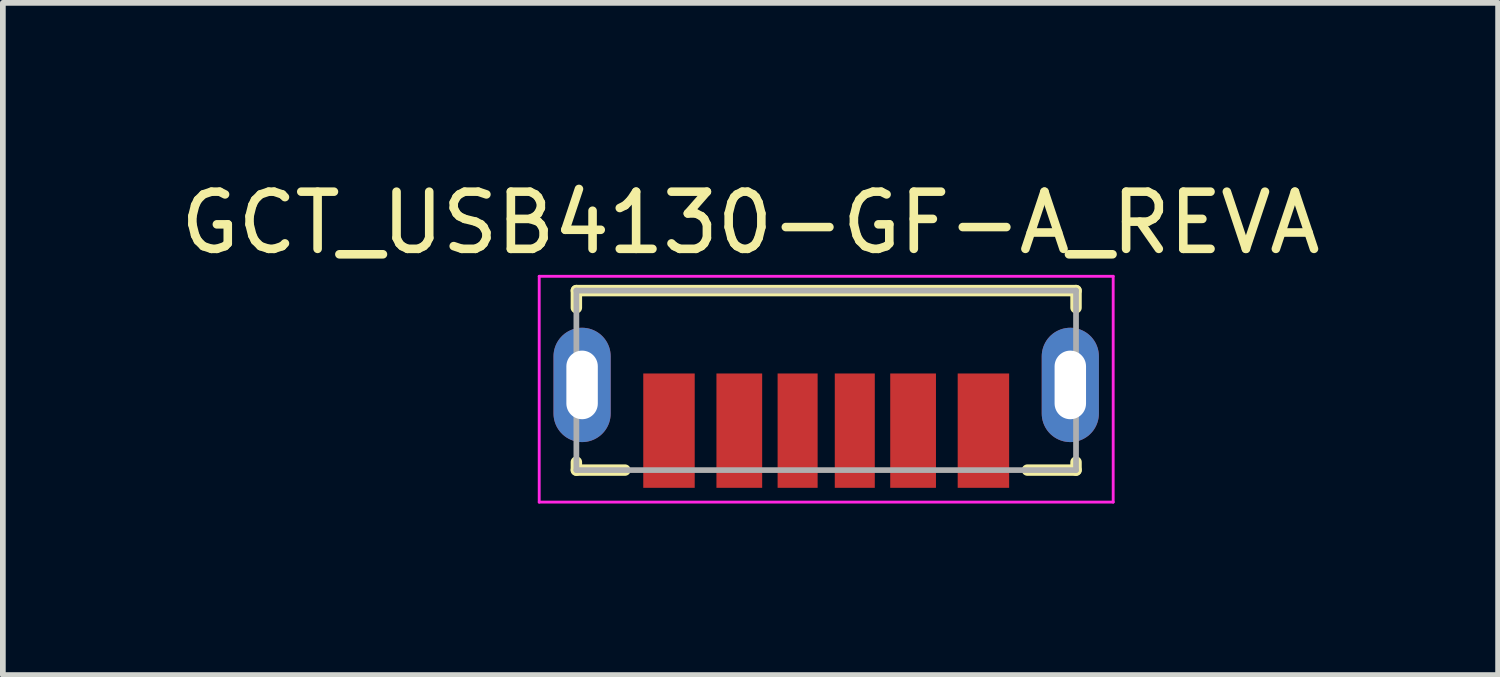
<source format=kicad_pcb>
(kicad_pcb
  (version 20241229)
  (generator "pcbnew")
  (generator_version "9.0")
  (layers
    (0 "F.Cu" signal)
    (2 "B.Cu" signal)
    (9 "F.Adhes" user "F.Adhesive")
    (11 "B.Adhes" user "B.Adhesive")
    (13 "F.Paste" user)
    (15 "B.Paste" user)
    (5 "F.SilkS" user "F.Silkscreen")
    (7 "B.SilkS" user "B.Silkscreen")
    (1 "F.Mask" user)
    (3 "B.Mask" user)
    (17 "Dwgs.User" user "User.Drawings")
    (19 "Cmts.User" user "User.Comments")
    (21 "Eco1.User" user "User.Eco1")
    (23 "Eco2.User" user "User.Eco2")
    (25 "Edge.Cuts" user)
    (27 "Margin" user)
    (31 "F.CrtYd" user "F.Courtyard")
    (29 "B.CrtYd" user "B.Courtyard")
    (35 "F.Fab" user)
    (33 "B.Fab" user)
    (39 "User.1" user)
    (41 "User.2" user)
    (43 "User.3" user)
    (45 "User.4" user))
  (footprint "GCT_USB4130-GF-A_REVA"
    (layer "F.Cu")
    (at 11.402 3.683)
    (property "Reference" "GCT_USB4130-GF-A_REVA" (at -1.325 -2.835 0) (layer "F.SilkS") (effects (font (size 1 1) (thickness 0.15))))
    (attr smd)
    (fp_line (start -4.37 -1.65) (end 4.37 -1.65) (stroke (width 0.2) (type solid)) (layer "F.SilkS"))
    (fp_line (start -4.37 -1.35) (end -4.37 -1.65) (stroke (width 0.2) (type solid)) (layer "F.SilkS"))
    (fp_line (start -4.37 1.35) (end -4.37 1.49) (stroke (width 0.2) (type solid)) (layer "F.SilkS"))
    (fp_line (start -4.37 1.49) (end -3.52 1.49) (stroke (width 0.2) (type solid)) (layer "F.SilkS"))
    (fp_line (start 3.52 1.49) (end 4.37 1.49) (stroke (width 0.2) (type solid)) (layer "F.SilkS"))
    (fp_line (start 4.37 -1.65) (end 4.37 -1.35) (stroke (width 0.2) (type solid)) (layer "F.SilkS"))
    (fp_line (start 4.37 1.49) (end 4.37 1.35) (stroke (width 0.2) (type solid)) (layer "F.SilkS"))
    (fp_line (start -5.02 -1.9) (end 5.02 -1.9) (stroke (width 0.05) (type solid)) (layer "F.CrtYd"))
    (fp_line (start -5.02 2.05) (end -5.02 -1.9) (stroke (width 0.05) (type solid)) (layer "F.CrtYd"))
    (fp_line (start 5.02 -1.9) (end 5.02 2.05) (stroke (width 0.05) (type solid)) (layer "F.CrtYd"))
    (fp_line (start 5.02 2.05) (end -5.02 2.05) (stroke (width 0.05) (type solid)) (layer "F.CrtYd"))
    (fp_line (start -4.37 -1.65) (end 4.37 -1.65) (stroke (width 0.1) (type solid)) (layer "F.Fab"))
    (fp_line (start -4.37 1.49) (end -4.37 -1.65) (stroke (width 0.1) (type solid)) (layer "F.Fab"))
    (fp_line (start 4.37 -1.65) (end 4.37 1.49) (stroke (width 0.1) (type solid)) (layer "F.Fab"))
    (fp_line (start 4.37 1.49) (end -4.37 1.49) (stroke (width 0.1) (type solid)) (layer "F.Fab"))
    (pad "A5" smd rect (at -0.5 0.8) (size 0.7 2) (layers "F.Cu" "F.Mask" "F.Paste"))
    (pad "A9" smd rect (at 1.52 0.8) (size 0.8 2) (layers "F.Cu" "F.Mask" "F.Paste"))
    (pad "A12" smd rect (at 2.75 0.8) (size 0.9 2) (layers "F.Cu" "F.Mask" "F.Paste"))
    (pad "B5" smd rect (at 0.5 0.8) (size 0.7 2) (layers "F.Cu" "F.Mask" "F.Paste"))
    (pad "B9" smd rect (at -1.52 0.8) (size 0.8 2) (layers "F.Cu" "F.Mask" "F.Paste"))
    (pad "B12" smd rect (at -2.75 0.8) (size 0.9 2) (layers "F.Cu" "F.Mask" "F.Paste"))
    (pad "S1" thru_hole oval (at -4.27 0) (size 1 2) (drill oval 0.55 1.2) (layers "*.Cu" "*.Mask"))
    (pad "S1" thru_hole oval (at 4.27 0) (size 1 2) (drill oval 0.55 1.2) (layers "*.Cu" "*.Mask")))
  (gr_rect
    (start -3 -3)
    (end 23.155 8.758)
    (stroke (width 0.1) (type default))
    (fill no)
    (layer "Edge.Cuts")))
</source>
